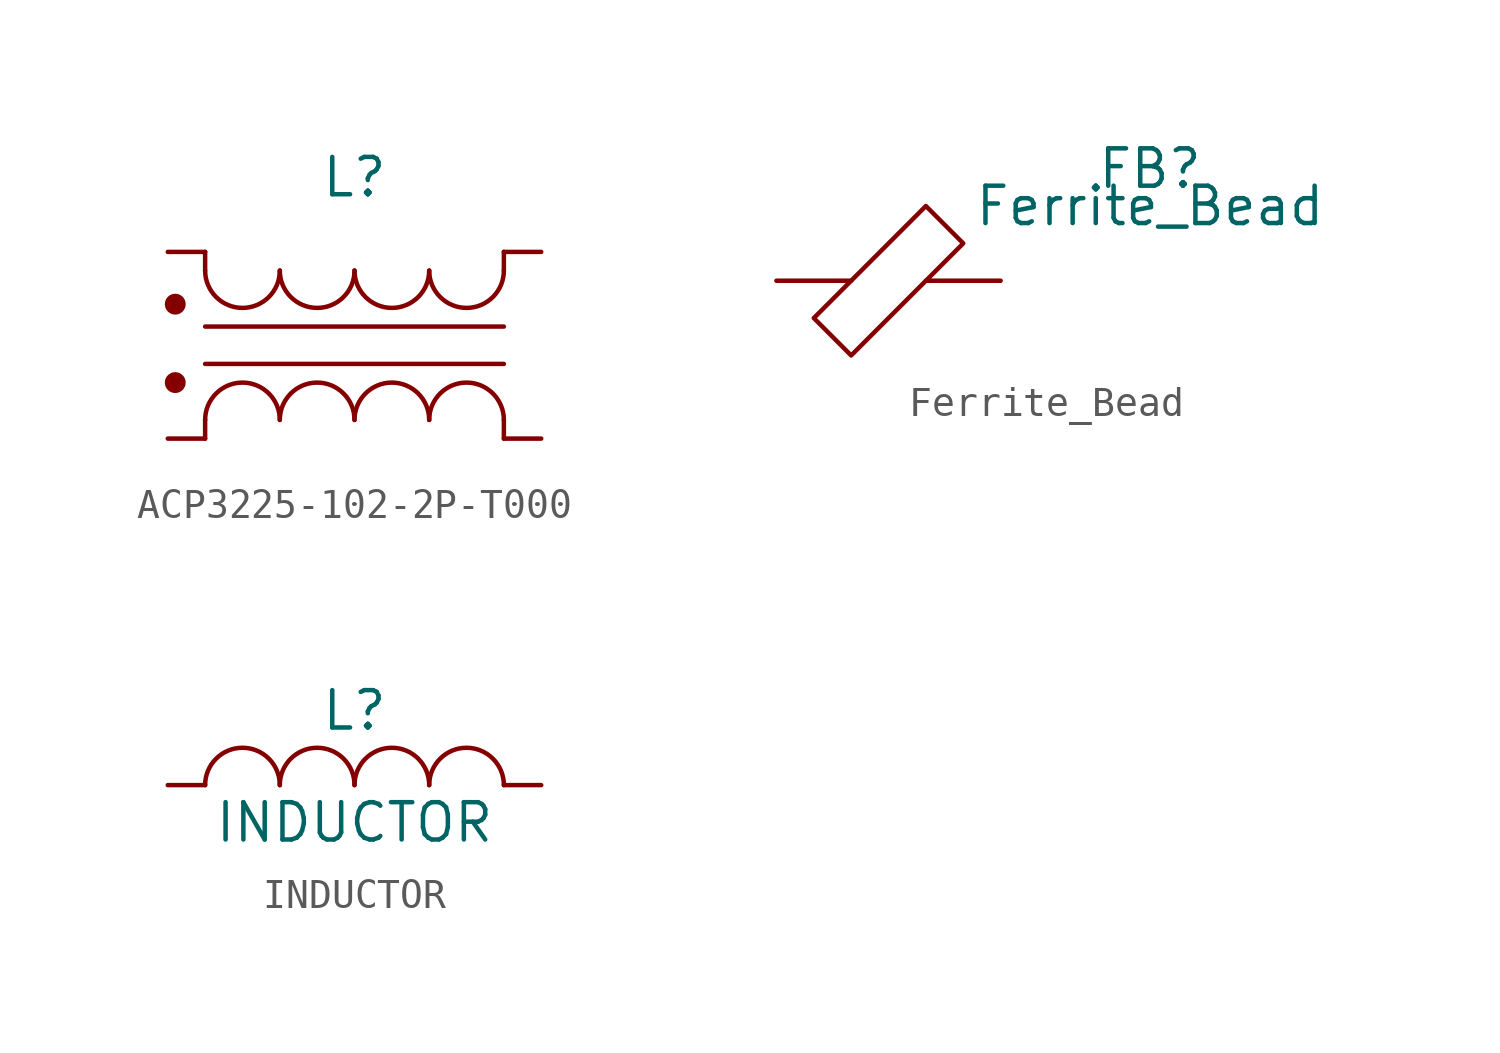
<source format=kicad_sym>
(kicad_symbol_lib
  (version 20220914)
  (generator kicad_symbol_editor)
  (symbol "ACP3225-102-2P-T000"
    (pin_numbers hide)
    (pin_names
      (offset 1.016))
    (property "Reference" "L"
      (at 0 2.54 0)
      (effects (font (size 1.27 1.27))))
    (symbol "ACP3225-102-2P-T000_0_1"
      (circle (center -6.096 -1.778) (radius 0.279) (stroke (width 0) (type solid)) (fill (type outline)))
      (arc (start -5.08 -0.635) (mid -3.81 -1.8995) (end -2.54 -0.635) (stroke (width 0) (type solid)) (fill (type none)))
      (arc (start -2.54 -0.635) (mid -1.27 -1.8995) (end 0 -0.635) (stroke (width 0) (type solid)) (fill (type none)))
      (arc (start 0 -0.635) (mid 1.27 -1.8995) (end 2.54 -0.635) (stroke (width 0) (type solid)) (fill (type none)))
      (polyline (pts (xy -5.08 -5.715) (xy -5.08 -6.35)) (stroke (width 0) (type solid)) (fill (type none)))
      (polyline (pts (xy -5.08 -3.81) (xy 5.08 -3.81)) (stroke (width 0) (type solid)) (fill (type none)))
      (polyline (pts (xy -5.08 -2.54) (xy 5.08 -2.54)) (stroke (width 0) (type solid)) (fill (type none)))
      (polyline (pts (xy -5.08 0) (xy -5.08 -0.635)) (stroke (width 0) (type solid)) (fill (type none)))
      (polyline (pts (xy 5.08 -5.715) (xy 5.08 -6.35)) (stroke (width 0) (type solid)) (fill (type none)))
      (polyline (pts (xy 5.08 0) (xy 5.08 -0.635)) (stroke (width 0) (type solid)) (fill (type none)))
      (arc (start 2.54 -0.635) (mid 3.81 -1.8995) (end 5.08 -0.635) (stroke (width 0) (type solid)) (fill (type none))))
    (symbol "ACP3225-102-2P-T000_1_1"
      (circle (center -6.096 -4.445) (radius 0.279) (stroke (width 0) (type solid)) (fill (type outline)))
      (arc (start -2.54 -5.715) (mid -3.81 -4.4505) (end -5.08 -5.715) (stroke (width 0) (type solid)) (fill (type none)))
      (arc (start 0 -5.715) (mid -1.27 -4.4505) (end -2.54 -5.715) (stroke (width 0) (type solid)) (fill (type none)))
      (arc (start 2.54 -5.715) (mid 1.27 -4.4505) (end 0 -5.715) (stroke (width 0) (type solid)) (fill (type none)))
      (arc (start 5.08 -5.715) (mid 3.81 -4.4505) (end 2.54 -5.715) (stroke (width 0) (type solid)) (fill (type none)))
      (pin passive line (at -6.35 0 0) (length 1.27) (name "~" (effects (font (size 1.27 1.27)))) (number "1" (effects (font (size 1.27 1.27)))))
      (pin passive line (at 6.35 0 180) (length 1.27) (name "~" (effects (font (size 1.27 1.27)))) (number "2" (effects (font (size 1.27 1.27)))))
      (pin passive line (at -6.35 -6.35 0) (length 1.27) (name "~" (effects (font (size 1.27 1.27)))) (number "3" (effects (font (size 1.27 1.27)))))
      (pin passive line (at 6.35 -6.35 180) (length 1.27) (name "~" (effects (font (size 1.27 1.27)))) (number "4" (effects (font (size 1.27 1.27)))))))
  (symbol "Ferrite_Bead"
    (pin_numbers hide)
    (pin_names
      (offset 1.016))
    (property "Reference" "FB"
      (at 7.62 3.81 0)
      (effects (font (size 1.27 1.27))))
    (property "Value" "Ferrite_Bead"
      (at 7.62 2.54 0)
      (effects (font (size 1.27 1.27))))
    (symbol "Ferrite_Bead_0_1"
      (polyline (pts (xy -3.81 -1.27) (xy 0 2.54) (xy 1.27 1.27) (xy -2.54 -2.54) (xy -3.81 -1.27)) (stroke (width 0) (type solid)) (fill (type none))))
    (symbol "Ferrite_Bead_1_1"
      (pin passive line (at -5.08 0 0) (length 2.54) (name "~" (effects (font (size 1.27 1.27)))) (number "1" (effects (font (size 1.27 1.27)))))
      (pin passive line (at 2.54 0 180) (length 2.54) (name "~" (effects (font (size 1.27 1.27)))) (number "2" (effects (font (size 1.27 1.27)))))))
  (symbol "INDUCTOR"
    (pin_numbers hide)
    (pin_names
      (offset 1.016))
    (property "Reference" "L"
      (at 0 2.54 0)
      (effects (font (size 1.27 1.27))))
    (property "Value" "INDUCTOR"
      (at 0 -1.27 0)
      (effects (font (size 1.27 1.27))))
    (symbol "INDUCTOR_0_1"
      (arc (start -2.54 0) (mid -3.81 1.2645) (end -5.08 0) (stroke (width 0) (type solid)) (fill (type none)))
      (arc (start 0 0) (mid -1.27 1.2645) (end -2.54 0) (stroke (width 0) (type solid)) (fill (type none)))
      (arc (start 2.54 0) (mid 1.27 1.2645) (end 0 0) (stroke (width 0) (type solid)) (fill (type none)))
      (arc (start 5.08 0) (mid 3.81 1.2645) (end 2.54 0) (stroke (width 0) (type solid)) (fill (type none))))
    (symbol "INDUCTOR_1_1"
      (pin passive line (at -6.35 0 0) (length 1.27) (name "~" (effects (font (size 1.27 1.27)))) (number "1" (effects (font (size 1.27 1.27)))))
      (pin passive line (at 6.35 0 180) (length 1.27) (name "~" (effects (font (size 1.27 1.27)))) (number "2" (effects (font (size 1.27 1.27))))))))
</source>
